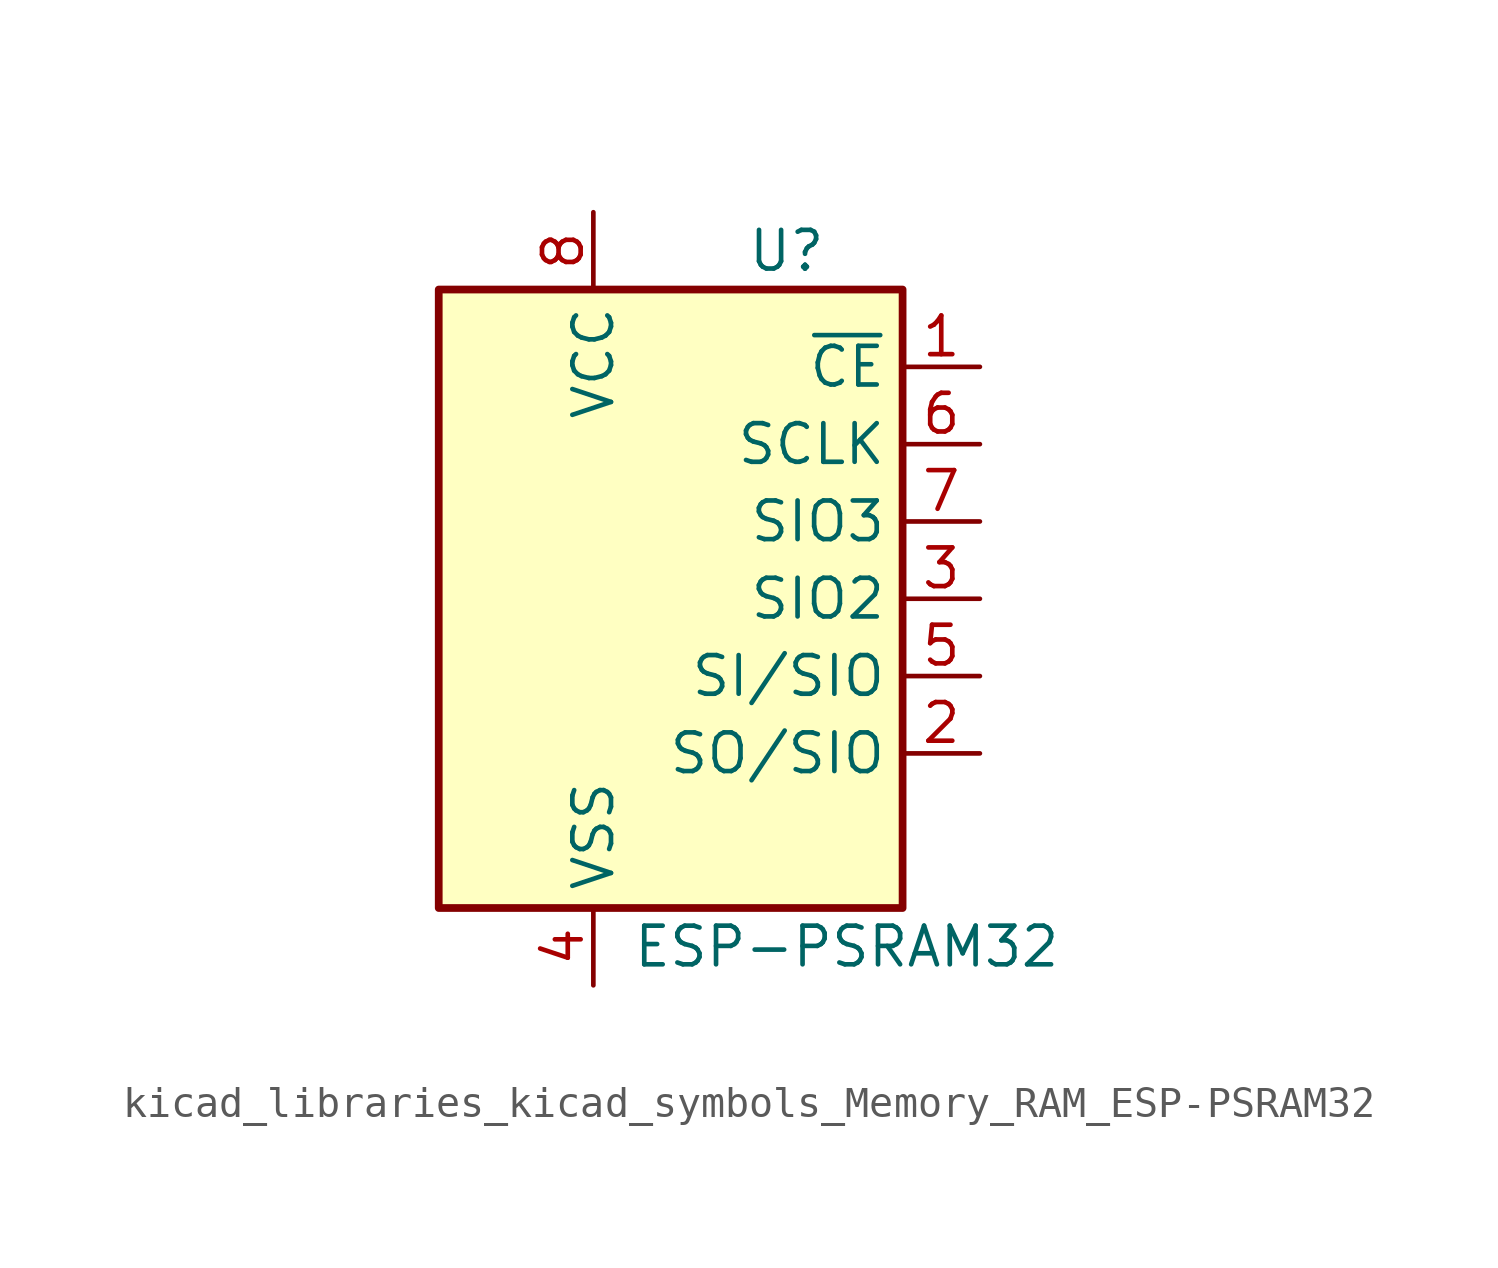
<source format=kicad_sym>
(kicad_symbol_lib
  (version 20220914)
  (generator kicad_symbol_editor)
  (symbol "kicad_libraries_kicad_symbols_Memory_RAM_ESP-PSRAM32"
    (property "Reference" "U"
      (at 3.81 11.43 0)
      (effects (font (size 1.27 1.27))))
    (property "Value" "ESP-PSRAM32"
      (at -1.27 -11.43 0)
      (effects (font (size 1.27 1.27)) (justify left)))
    (symbol "kicad_libraries_kicad_symbols_Memory_RAM_ESP-PSRAM32_0_1"
      (rectangle (start -7.62 10.16) (end 7.62 -10.16) (stroke (width 0.254) (type default)) (fill (type background))))
    (symbol "kicad_libraries_kicad_symbols_Memory_RAM_ESP-PSRAM32_1_1"
      (pin input line (at 10.16 7.62 180) (length 2.54) (name "~{CE}" (effects (font (size 1.27 1.27)))) (number "1" (effects (font (size 1.27 1.27)))))
      (pin output line (at 10.16 -5.08 180) (length 2.54) (name "SO/SIO" (effects (font (size 1.27 1.27)))) (number "2" (effects (font (size 1.27 1.27)))))
      (pin bidirectional line (at 10.16 0 180) (length 2.54) (name "SIO2" (effects (font (size 1.27 1.27)))) (number "3" (effects (font (size 1.27 1.27)))))
      (pin power_in line (at -2.54 -12.7 90) (length 2.54) (name "VSS" (effects (font (size 1.27 1.27)))) (number "4" (effects (font (size 1.27 1.27)))))
      (pin input line (at 10.16 -2.54 180) (length 2.54) (name "SI/SIO" (effects (font (size 1.27 1.27)))) (number "5" (effects (font (size 1.27 1.27)))))
      (pin output line (at 10.16 5.08 180) (length 2.54) (name "SCLK" (effects (font (size 1.27 1.27)))) (number "6" (effects (font (size 1.27 1.27)))))
      (pin bidirectional line (at 10.16 2.54 180) (length 2.54) (name "SIO3" (effects (font (size 1.27 1.27)))) (number "7" (effects (font (size 1.27 1.27)))))
      (pin power_in line (at -2.54 12.7 270) (length 2.54) (name "VCC" (effects (font (size 1.27 1.27)))) (number "8" (effects (font (size 1.27 1.27))))))))
</source>
